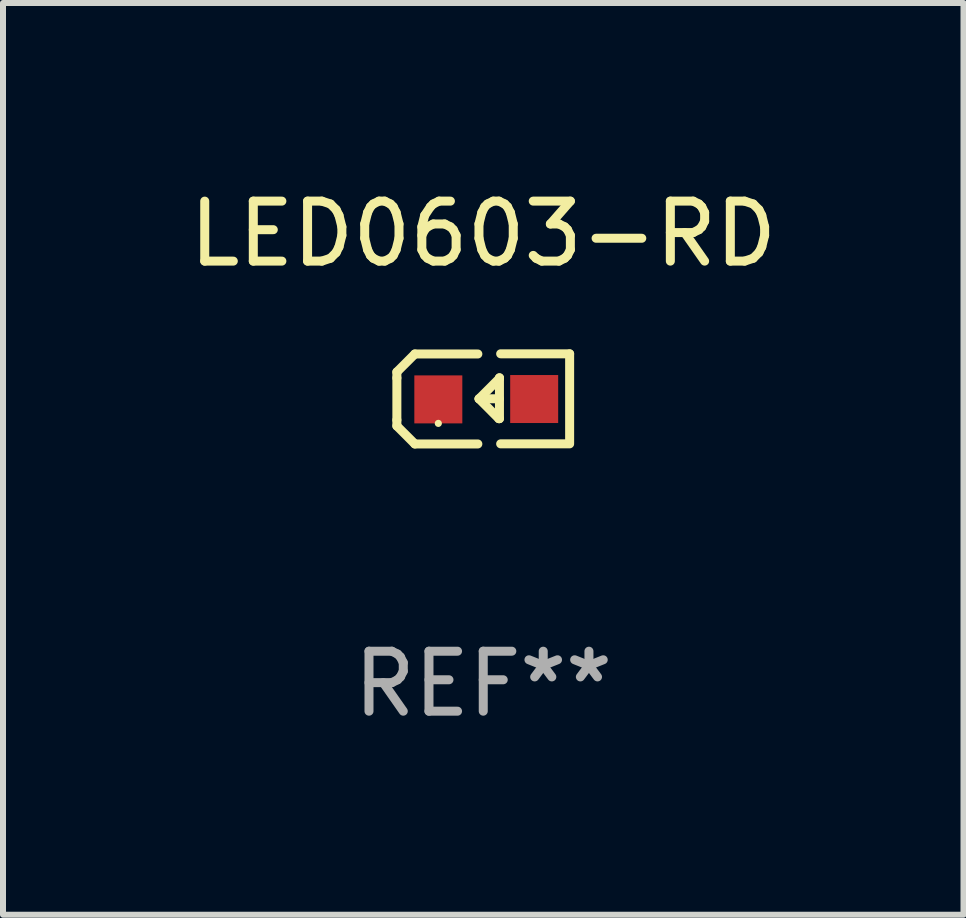
<source format=kicad_pcb>
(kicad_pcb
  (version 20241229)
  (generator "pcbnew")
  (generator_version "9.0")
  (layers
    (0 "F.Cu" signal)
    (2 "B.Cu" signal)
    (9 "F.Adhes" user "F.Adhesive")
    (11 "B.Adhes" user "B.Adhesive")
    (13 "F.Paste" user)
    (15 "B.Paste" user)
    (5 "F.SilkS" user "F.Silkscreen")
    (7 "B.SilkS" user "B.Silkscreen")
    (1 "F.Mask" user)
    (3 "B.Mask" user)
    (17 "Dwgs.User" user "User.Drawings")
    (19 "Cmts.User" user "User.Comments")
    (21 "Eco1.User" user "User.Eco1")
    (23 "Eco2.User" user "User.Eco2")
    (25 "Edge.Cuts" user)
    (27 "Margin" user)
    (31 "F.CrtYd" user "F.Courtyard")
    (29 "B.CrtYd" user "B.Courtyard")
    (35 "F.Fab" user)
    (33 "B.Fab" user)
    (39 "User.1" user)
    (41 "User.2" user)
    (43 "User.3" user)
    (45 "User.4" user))
  (footprint "LED0603-RD"
    (layer "F.Cu")
    (at 5.056 3.605)
    (property "Reference" "LED0603-RD" (at -0.05 -2.757 0) (layer "F.SilkS") (effects (font (size 1 1) (thickness 0.15))))
    (attr smd)
    (fp_line (start -1.49 -0.454) (end -1.19 -0.754) (stroke (width 0.15) (type solid)) (layer "F.SilkS"))
    (fp_line (start -1.49 -0.354) (end -1.49 -0.454) (stroke (width 0.15) (type solid)) (layer "F.SilkS"))
    (fp_line (start -1.49 -0.354) (end -1.49 0.346) (stroke (width 0.15) (type solid)) (layer "F.SilkS"))
    (fp_line (start -1.49 0.346) (end -1.49 0.446) (stroke (width 0.15) (type solid)) (layer "F.SilkS"))
    (fp_line (start -1.49 0.446) (end -1.19 0.746) (stroke (width 0.15) (type solid)) (layer "F.SilkS"))
    (fp_line (start -0.14 -0.754) (end -1.19 -0.754) (stroke (width 0.15) (type solid)) (layer "F.SilkS"))
    (fp_line (start -0.14 0.746) (end -1.19 0.746) (stroke (width 0.15) (type solid)) (layer "F.SilkS"))
    (fp_line (start 0.21 0.324) (end -0.12 -0.007) (stroke (width 0.15) (type solid)) (layer "F.SilkS"))
    (fp_line (start 0.22 -0.357) (end 0.22 -0.347) (stroke (width 0.15) (type solid)) (layer "F.SilkS"))
    (fp_line (start 0.22 -0.357) (end 0.22 0.324) (stroke (width 0.15) (type solid)) (layer "F.SilkS"))
    (fp_line (start 0.22 -0.347) (end -0.12 -0.007) (stroke (width 0.15) (type solid)) (layer "F.SilkS"))
    (fp_line (start 0.22 -0.007) (end -0.12 -0.007) (stroke (width 0.15) (type solid)) (layer "F.SilkS"))
    (fp_line (start 0.22 0.324) (end 0.21 0.324) (stroke (width 0.15) (type solid)) (layer "F.SilkS"))
    (fp_line (start 0.24 -0.757) (end 1.39 -0.757) (stroke (width 0.15) (type solid)) (layer "F.SilkS"))
    (fp_line (start 0.24 0.744) (end 1.39 0.744) (stroke (width 0.15) (type solid)) (layer "F.SilkS"))
    (fp_line (start 1.39 -0.756) (end 1.39 0.723) (stroke (width 0.15) (type solid)) (layer "F.SilkS"))
    (fp_circle (center -0.799 0.403) (end -0.769 0.403) (stroke (width 0.06) (type solid)) (fill no) (layer "F.SilkS"))
    (fp_text user "REF**" (at -0.05 4.746 0) (layer "F.Fab") (effects (font (size 1 1) (thickness 0.15))))
    (pad "1" smd rect (at -0.799 0.003 90) (size 0.8 0.8) (layers "F.Cu" "F.Mask" "F.Paste"))
    (pad "2" smd rect (at 0.799 -0.003 90) (size 0.8 0.8) (layers "F.Cu" "F.Mask" "F.Paste")))
  (gr_rect
    (start -3 -3)
    (end 13.012 12.199)
    (stroke (width 0.1) (type default))
    (fill no)
    (layer "Edge.Cuts")))
</source>
